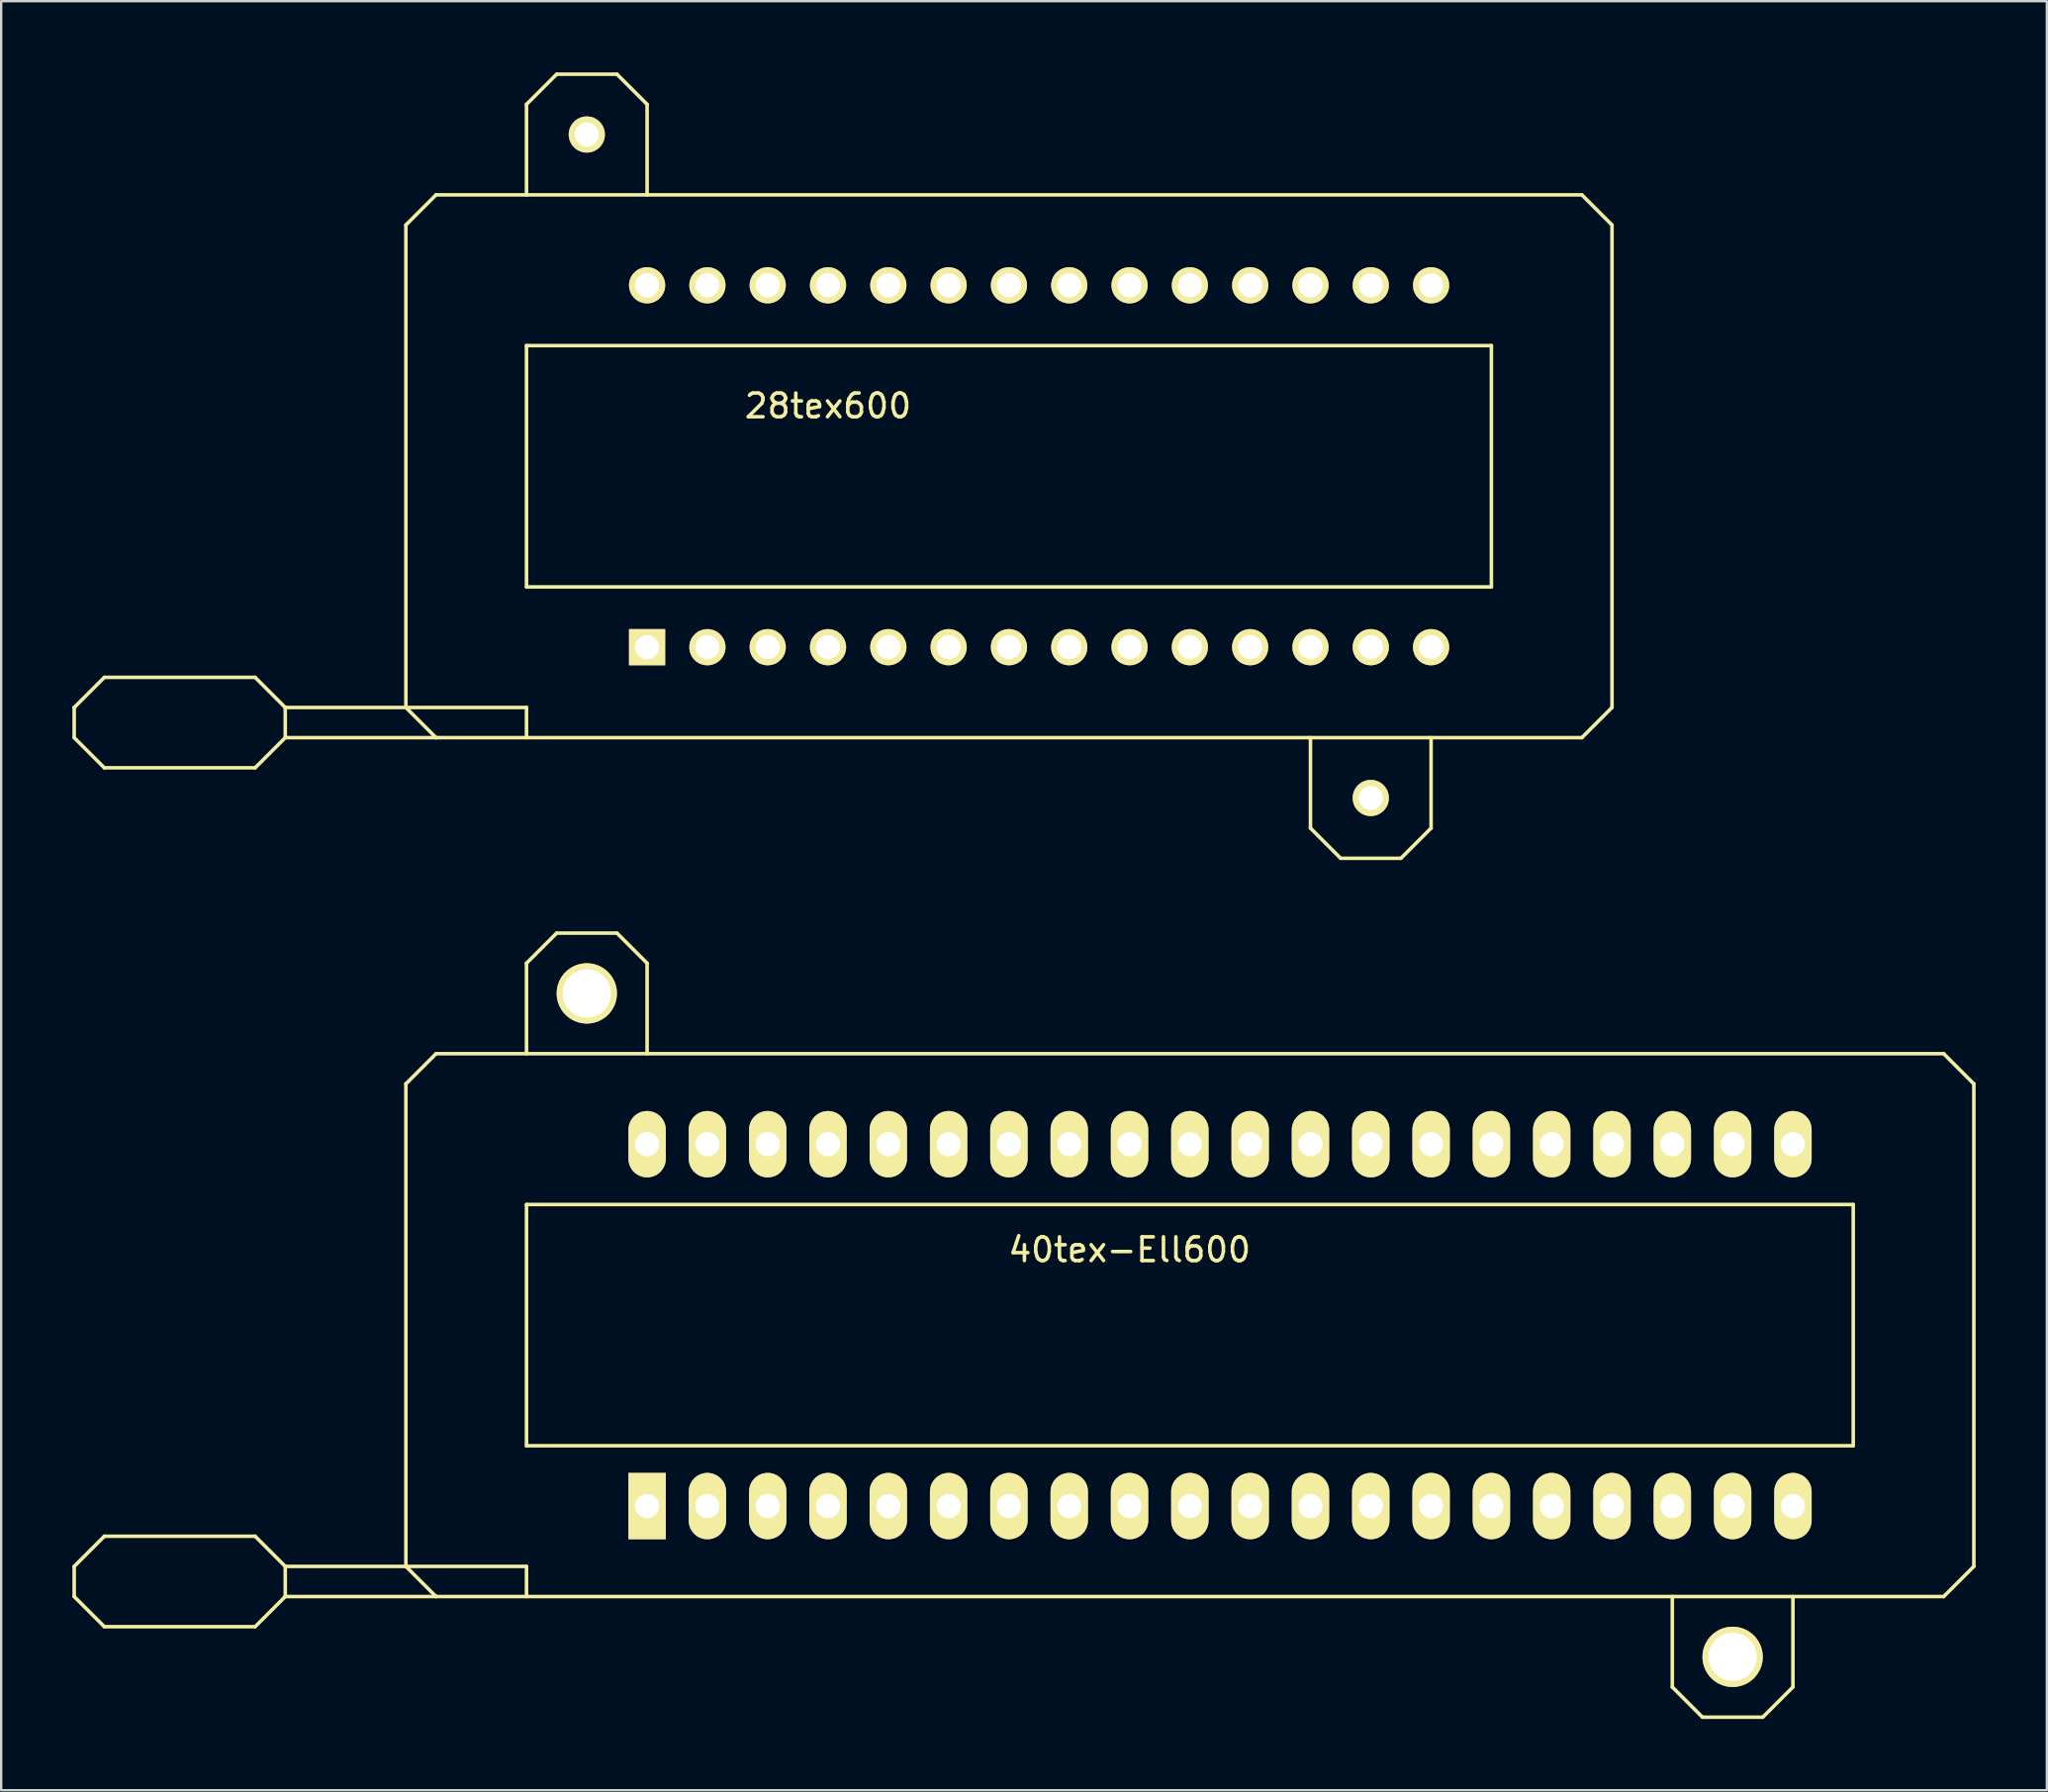
<source format=kicad_pcb>
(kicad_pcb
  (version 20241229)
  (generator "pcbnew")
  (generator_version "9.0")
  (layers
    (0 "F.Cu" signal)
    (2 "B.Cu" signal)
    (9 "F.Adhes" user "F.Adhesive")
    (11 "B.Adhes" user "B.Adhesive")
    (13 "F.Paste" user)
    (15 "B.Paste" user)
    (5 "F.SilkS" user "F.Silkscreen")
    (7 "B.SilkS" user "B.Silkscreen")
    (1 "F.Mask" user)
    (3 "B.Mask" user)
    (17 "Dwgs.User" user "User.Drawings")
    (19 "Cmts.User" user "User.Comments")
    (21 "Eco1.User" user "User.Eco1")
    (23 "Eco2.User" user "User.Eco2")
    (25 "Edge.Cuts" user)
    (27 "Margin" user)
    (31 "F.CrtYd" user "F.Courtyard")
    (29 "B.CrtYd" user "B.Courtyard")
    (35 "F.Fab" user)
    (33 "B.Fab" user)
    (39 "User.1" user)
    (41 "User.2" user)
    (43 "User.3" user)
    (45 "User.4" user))
  (footprint "28tex600"
    (layer "F.Cu")
    (at 40.715 16.585)
    (property "Reference" "28tex600" (at -8.89 -2.54 0) (layer "F.SilkS") (effects (font (size 1 1) (thickness 0.15))))
    (attr through_hole)
    (fp_line (start -40.64 10.16) (end -40.64 11.43) (stroke (width 0.15) (type solid)) (layer "F.SilkS"))
    (fp_line (start -40.64 11.43) (end -39.37 12.7) (stroke (width 0.15) (type solid)) (layer "F.SilkS"))
    (fp_line (start -39.37 8.89) (end -40.64 10.16) (stroke (width 0.15) (type solid)) (layer "F.SilkS"))
    (fp_line (start -39.37 12.7) (end -33.02 12.7) (stroke (width 0.15) (type solid)) (layer "F.SilkS"))
    (fp_line (start -33.02 8.89) (end -39.37 8.89) (stroke (width 0.15) (type solid)) (layer "F.SilkS"))
    (fp_line (start -33.02 12.7) (end -31.75 11.43) (stroke (width 0.15) (type solid)) (layer "F.SilkS"))
    (fp_line (start -31.75 10.16) (end -33.02 8.89) (stroke (width 0.15) (type solid)) (layer "F.SilkS"))
    (fp_line (start -31.75 10.16) (end -21.59 10.16) (stroke (width 0.15) (type solid)) (layer "F.SilkS"))
    (fp_line (start -31.75 11.43) (end -31.75 10.16) (stroke (width 0.15) (type solid)) (layer "F.SilkS"))
    (fp_line (start -31.75 11.43) (end -25.4 11.43) (stroke (width 0.15) (type solid)) (layer "F.SilkS"))
    (fp_line (start -26.67 -10.16) (end -26.67 10.16) (stroke (width 0.15) (type solid)) (layer "F.SilkS"))
    (fp_line (start -26.67 10.16) (end -25.4 11.43) (stroke (width 0.15) (type solid)) (layer "F.SilkS"))
    (fp_line (start -25.4 -11.43) (end -26.67 -10.16) (stroke (width 0.15) (type solid)) (layer "F.SilkS"))
    (fp_line (start -25.4 11.43) (end 22.86 11.43) (stroke (width 0.15) (type solid)) (layer "F.SilkS"))
    (fp_line (start -21.59 -15.24) (end -21.59 -11.43) (stroke (width 0.15) (type solid)) (layer "F.SilkS"))
    (fp_line (start -21.59 -5.08) (end -21.59 5.08) (stroke (width 0.15) (type solid)) (layer "F.SilkS"))
    (fp_line (start -21.59 5.08) (end 19.05 5.08) (stroke (width 0.15) (type solid)) (layer "F.SilkS"))
    (fp_line (start -21.59 10.16) (end -21.59 11.43) (stroke (width 0.15) (type solid)) (layer "F.SilkS"))
    (fp_line (start -20.32 -16.51) (end -21.59 -15.24) (stroke (width 0.15) (type solid)) (layer "F.SilkS"))
    (fp_line (start -17.78 -16.51) (end -20.32 -16.51) (stroke (width 0.15) (type solid)) (layer "F.SilkS"))
    (fp_line (start -16.51 -15.24) (end -17.78 -16.51) (stroke (width 0.15) (type solid)) (layer "F.SilkS"))
    (fp_line (start -16.51 -11.43) (end -16.51 -15.24) (stroke (width 0.15) (type solid)) (layer "F.SilkS"))
    (fp_line (start 11.43 15.24) (end 11.43 11.43) (stroke (width 0.15) (type solid)) (layer "F.SilkS"))
    (fp_line (start 12.7 16.51) (end 11.43 15.24) (stroke (width 0.15) (type solid)) (layer "F.SilkS"))
    (fp_line (start 15.24 16.51) (end 12.7 16.51) (stroke (width 0.15) (type solid)) (layer "F.SilkS"))
    (fp_line (start 16.51 11.43) (end 16.51 15.24) (stroke (width 0.15) (type solid)) (layer "F.SilkS"))
    (fp_line (start 16.51 15.24) (end 15.24 16.51) (stroke (width 0.15) (type solid)) (layer "F.SilkS"))
    (fp_line (start 19.05 -5.08) (end -21.59 -5.08) (stroke (width 0.15) (type solid)) (layer "F.SilkS"))
    (fp_line (start 19.05 5.08) (end 19.05 -5.08) (stroke (width 0.15) (type solid)) (layer "F.SilkS"))
    (fp_line (start 22.86 -11.43) (end -25.4 -11.43) (stroke (width 0.15) (type solid)) (layer "F.SilkS"))
    (fp_line (start 22.86 11.43) (end 24.13 10.16) (stroke (width 0.15) (type solid)) (layer "F.SilkS"))
    (fp_line (start 24.13 -10.16) (end 22.86 -11.43) (stroke (width 0.15) (type solid)) (layer "F.SilkS"))
    (fp_line (start 24.13 10.16) (end 24.13 -10.16) (stroke (width 0.15) (type solid)) (layer "F.SilkS"))
    (pad "1" thru_hole rect (at -16.51 7.62) (size 1.524 1.524) (drill 1.016) (layers "*.Cu" "*.Mask" "F.SilkS"))
    (pad "2" thru_hole circle (at -13.97 7.62) (size 1.524 1.524) (drill 1.016) (layers "*.Cu" "*.Mask" "F.SilkS"))
    (pad "3" thru_hole circle (at -11.43 7.62) (size 1.524 1.524) (drill 1.016) (layers "*.Cu" "*.Mask" "F.SilkS"))
    (pad "4" thru_hole circle (at -8.89 7.62) (size 1.524 1.524) (drill 1.016) (layers "*.Cu" "*.Mask" "F.SilkS"))
    (pad "5" thru_hole circle (at -6.35 7.62) (size 1.524 1.524) (drill 1.016) (layers "*.Cu" "*.Mask" "F.SilkS"))
    (pad "6" thru_hole circle (at -3.81 7.62) (size 1.524 1.524) (drill 1.016) (layers "*.Cu" "*.Mask" "F.SilkS"))
    (pad "7" thru_hole circle (at -1.27 7.62) (size 1.524 1.524) (drill 1.016) (layers "*.Cu" "*.Mask" "F.SilkS"))
    (pad "8" thru_hole circle (at 1.27 7.62) (size 1.524 1.524) (drill 1.016) (layers "*.Cu" "*.Mask" "F.SilkS"))
    (pad "9" thru_hole circle (at 3.81 7.62) (size 1.524 1.524) (drill 1.016) (layers "*.Cu" "*.Mask" "F.SilkS"))
    (pad "10" thru_hole circle (at 6.35 7.62) (size 1.524 1.524) (drill 1.016) (layers "*.Cu" "*.Mask" "F.SilkS"))
    (pad "11" thru_hole circle (at 8.89 7.62) (size 1.524 1.524) (drill 1.016) (layers "*.Cu" "*.Mask" "F.SilkS"))
    (pad "12" thru_hole circle (at 11.43 7.62) (size 1.524 1.524) (drill 1.016) (layers "*.Cu" "*.Mask" "F.SilkS"))
    (pad "13" thru_hole circle (at 13.97 7.62) (size 1.524 1.524) (drill 1.016) (layers "*.Cu" "*.Mask" "F.SilkS"))
    (pad "14" thru_hole circle (at 16.51 7.62) (size 1.524 1.524) (drill 1.016) (layers "*.Cu" "*.Mask" "F.SilkS"))
    (pad "15" thru_hole circle (at 16.51 -7.62) (size 1.524 1.524) (drill 1.016) (layers "*.Cu" "*.Mask" "F.SilkS"))
    (pad "16" thru_hole circle (at 13.97 -7.62) (size 1.524 1.524) (drill 1.016) (layers "*.Cu" "*.Mask" "F.SilkS"))
    (pad "17" thru_hole circle (at 11.43 -7.62) (size 1.524 1.524) (drill 1.016) (layers "*.Cu" "*.Mask" "F.SilkS"))
    (pad "18" thru_hole circle (at 8.89 -7.62) (size 1.524 1.524) (drill 1.016) (layers "*.Cu" "*.Mask" "F.SilkS"))
    (pad "19" thru_hole circle (at 6.35 -7.62) (size 1.524 1.524) (drill 1.016) (layers "*.Cu" "*.Mask" "F.SilkS"))
    (pad "20" thru_hole circle (at 3.81 -7.62) (size 1.524 1.524) (drill 1.016) (layers "*.Cu" "*.Mask" "F.SilkS"))
    (pad "21" thru_hole circle (at 1.27 -7.62) (size 1.524 1.524) (drill 1.016) (layers "*.Cu" "*.Mask" "F.SilkS"))
    (pad "22" thru_hole circle (at -1.27 -7.62) (size 1.524 1.524) (drill 1.016) (layers "*.Cu" "*.Mask" "F.SilkS"))
    (pad "23" thru_hole circle (at -3.81 -7.62) (size 1.524 1.524) (drill 1.016) (layers "*.Cu" "*.Mask" "F.SilkS"))
    (pad "24" thru_hole circle (at -6.35 -7.62) (size 1.524 1.524) (drill 1.016) (layers "*.Cu" "*.Mask" "F.SilkS"))
    (pad "25" thru_hole circle (at -8.89 -7.62) (size 1.524 1.524) (drill 1.016) (layers "*.Cu" "*.Mask" "F.SilkS"))
    (pad "26" thru_hole circle (at -11.43 -7.62) (size 1.524 1.524) (drill 1.016) (layers "*.Cu" "*.Mask" "F.SilkS"))
    (pad "27" thru_hole circle (at -13.97 -7.62) (size 1.524 1.524) (drill 1.016) (layers "*.Cu" "*.Mask" "F.SilkS"))
    (pad "28" thru_hole circle (at -16.51 -7.62) (size 1.524 1.524) (drill 1.016) (layers "*.Cu" "*.Mask" "F.SilkS"))
    (pad "HOLE" thru_hole circle (at -19.05 -13.97) (size 1.524 1.524) (drill 1.016) (layers "*.Cu" "*.Mask" "F.SilkS"))
    (pad "HOLE" thru_hole circle (at 13.97 13.97) (size 1.524 1.524) (drill 1.016) (layers "*.Cu" "*.Mask" "F.SilkS")))
  (footprint "40tex-Ell600"
    (layer "F.Cu")
    (at 48.335 52.755)
    (property "Reference" "40tex-Ell600" (at -3.81 -3.175 0) (layer "F.SilkS") (effects (font (size 1 1) (thickness 0.15))))
    (attr through_hole)
    (fp_line (start -48.26 10.16) (end -48.26 11.43) (stroke (width 0.15) (type solid)) (layer "F.SilkS"))
    (fp_line (start -48.26 11.43) (end -46.99 12.7) (stroke (width 0.15) (type solid)) (layer "F.SilkS"))
    (fp_line (start -46.99 8.89) (end -48.26 10.16) (stroke (width 0.15) (type solid)) (layer "F.SilkS"))
    (fp_line (start -46.99 12.7) (end -40.64 12.7) (stroke (width 0.15) (type solid)) (layer "F.SilkS"))
    (fp_line (start -40.64 8.89) (end -46.99 8.89) (stroke (width 0.15) (type solid)) (layer "F.SilkS"))
    (fp_line (start -40.64 12.7) (end -39.37 11.43) (stroke (width 0.15) (type solid)) (layer "F.SilkS"))
    (fp_line (start -39.37 10.16) (end -40.64 8.89) (stroke (width 0.15) (type solid)) (layer "F.SilkS"))
    (fp_line (start -39.37 10.16) (end -29.21 10.16) (stroke (width 0.15) (type solid)) (layer "F.SilkS"))
    (fp_line (start -39.37 11.43) (end -39.37 10.16) (stroke (width 0.15) (type solid)) (layer "F.SilkS"))
    (fp_line (start -39.37 11.43) (end -33.02 11.43) (stroke (width 0.15) (type solid)) (layer "F.SilkS"))
    (fp_line (start -34.29 -10.16) (end -33.02 -11.43) (stroke (width 0.15) (type solid)) (layer "F.SilkS"))
    (fp_line (start -34.29 10.16) (end -34.29 -10.16) (stroke (width 0.15) (type solid)) (layer "F.SilkS"))
    (fp_line (start -33.02 -11.43) (end 30.48 -11.43) (stroke (width 0.15) (type solid)) (layer "F.SilkS"))
    (fp_line (start -33.02 11.43) (end -34.29 10.16) (stroke (width 0.15) (type solid)) (layer "F.SilkS"))
    (fp_line (start -29.21 -15.24) (end -29.21 -11.43) (stroke (width 0.15) (type solid)) (layer "F.SilkS"))
    (fp_line (start -29.21 -5.08) (end 26.67 -5.08) (stroke (width 0.15) (type solid)) (layer "F.SilkS"))
    (fp_line (start -29.21 5.08) (end -29.21 -5.08) (stroke (width 0.15) (type solid)) (layer "F.SilkS"))
    (fp_line (start -29.21 10.16) (end -29.21 11.43) (stroke (width 0.15) (type solid)) (layer "F.SilkS"))
    (fp_line (start -27.94 -16.51) (end -29.21 -15.24) (stroke (width 0.15) (type solid)) (layer "F.SilkS"))
    (fp_line (start -25.4 -16.51) (end -27.94 -16.51) (stroke (width 0.15) (type solid)) (layer "F.SilkS"))
    (fp_line (start -24.13 -15.24) (end -25.4 -16.51) (stroke (width 0.15) (type solid)) (layer "F.SilkS"))
    (fp_line (start -24.13 -11.43) (end -24.13 -15.24) (stroke (width 0.15) (type solid)) (layer "F.SilkS"))
    (fp_line (start 19.05 15.24) (end 19.05 11.43) (stroke (width 0.15) (type solid)) (layer "F.SilkS"))
    (fp_line (start 20.32 16.51) (end 19.05 15.24) (stroke (width 0.15) (type solid)) (layer "F.SilkS"))
    (fp_line (start 22.86 16.51) (end 20.32 16.51) (stroke (width 0.15) (type solid)) (layer "F.SilkS"))
    (fp_line (start 24.13 11.43) (end 24.13 15.24) (stroke (width 0.15) (type solid)) (layer "F.SilkS"))
    (fp_line (start 24.13 15.24) (end 22.86 16.51) (stroke (width 0.15) (type solid)) (layer "F.SilkS"))
    (fp_line (start 26.67 -5.08) (end 26.67 5.08) (stroke (width 0.15) (type solid)) (layer "F.SilkS"))
    (fp_line (start 26.67 5.08) (end -29.21 5.08) (stroke (width 0.15) (type solid)) (layer "F.SilkS"))
    (fp_line (start 30.48 -11.43) (end 31.75 -10.16) (stroke (width 0.15) (type solid)) (layer "F.SilkS"))
    (fp_line (start 30.48 11.43) (end -33.02 11.43) (stroke (width 0.15) (type solid)) (layer "F.SilkS"))
    (fp_line (start 31.75 -10.16) (end 31.75 10.16) (stroke (width 0.15) (type solid)) (layer "F.SilkS"))
    (fp_line (start 31.75 10.16) (end 30.48 11.43) (stroke (width 0.15) (type solid)) (layer "F.SilkS"))
    (pad "1" thru_hole rect (at -24.13 7.62) (size 1.575 2.794) (drill 1.016) (layers "*.Cu" "*.Mask" "F.SilkS"))
    (pad "2" thru_hole oval (at -21.59 7.62) (size 1.575 2.794) (drill 1.016) (layers "*.Cu" "*.Mask" "F.SilkS"))
    (pad "3" thru_hole oval (at -19.05 7.62) (size 1.575 2.794) (drill 1.016) (layers "*.Cu" "*.Mask" "F.SilkS"))
    (pad "4" thru_hole oval (at -16.51 7.62) (size 1.575 2.794) (drill 1.016) (layers "*.Cu" "*.Mask" "F.SilkS"))
    (pad "5" thru_hole oval (at -13.97 7.62) (size 1.575 2.794) (drill 1.016) (layers "*.Cu" "*.Mask" "F.SilkS"))
    (pad "6" thru_hole oval (at -11.43 7.62) (size 1.575 2.794) (drill 1.016) (layers "*.Cu" "*.Mask" "F.SilkS"))
    (pad "7" thru_hole oval (at -8.89 7.62) (size 1.575 2.794) (drill 1.016) (layers "*.Cu" "*.Mask" "F.SilkS"))
    (pad "8" thru_hole oval (at -6.35 7.62) (size 1.575 2.794) (drill 1.016) (layers "*.Cu" "*.Mask" "F.SilkS"))
    (pad "9" thru_hole oval (at -3.81 7.62) (size 1.575 2.794) (drill 1.016) (layers "*.Cu" "*.Mask" "F.SilkS"))
    (pad "10" thru_hole oval (at -1.27 7.62) (size 1.575 2.794) (drill 1.016) (layers "*.Cu" "*.Mask" "F.SilkS"))
    (pad "11" thru_hole oval (at 1.27 7.62) (size 1.575 2.794) (drill 1.016) (layers "*.Cu" "*.Mask" "F.SilkS"))
    (pad "12" thru_hole oval (at 3.81 7.62) (size 1.575 2.794) (drill 1.016) (layers "*.Cu" "*.Mask" "F.SilkS"))
    (pad "13" thru_hole oval (at 6.35 7.62) (size 1.575 2.794) (drill 1.016) (layers "*.Cu" "*.Mask" "F.SilkS"))
    (pad "14" thru_hole oval (at 8.89 7.62) (size 1.575 2.794) (drill 1.016) (layers "*.Cu" "*.Mask" "F.SilkS"))
    (pad "15" thru_hole oval (at 11.43 7.62) (size 1.575 2.794) (drill 1.016) (layers "*.Cu" "*.Mask" "F.SilkS"))
    (pad "16" thru_hole oval (at 13.97 7.62) (size 1.575 2.794) (drill 1.016) (layers "*.Cu" "*.Mask" "F.SilkS"))
    (pad "17" thru_hole oval (at 16.51 7.62) (size 1.575 2.794) (drill 1.016) (layers "*.Cu" "*.Mask" "F.SilkS"))
    (pad "18" thru_hole oval (at 19.05 7.62) (size 1.575 2.794) (drill 1.016) (layers "*.Cu" "*.Mask" "F.SilkS"))
    (pad "19" thru_hole oval (at 21.59 7.62) (size 1.575 2.794) (drill 1.016) (layers "*.Cu" "*.Mask" "F.SilkS"))
    (pad "20" thru_hole oval (at 24.13 7.62) (size 1.575 2.794) (drill 1.016) (layers "*.Cu" "*.Mask" "F.SilkS"))
    (pad "21" thru_hole oval (at 24.13 -7.62) (size 1.575 2.794) (drill 1.016) (layers "*.Cu" "*.Mask" "F.SilkS"))
    (pad "22" thru_hole oval (at 21.59 -7.62) (size 1.575 2.794) (drill 1.016) (layers "*.Cu" "*.Mask" "F.SilkS"))
    (pad "23" thru_hole oval (at 19.05 -7.62) (size 1.575 2.794) (drill 1.016) (layers "*.Cu" "*.Mask" "F.SilkS"))
    (pad "24" thru_hole oval (at 16.51 -7.62) (size 1.575 2.794) (drill 1.016) (layers "*.Cu" "*.Mask" "F.SilkS"))
    (pad "25" thru_hole oval (at 13.97 -7.62) (size 1.575 2.794) (drill 1.016) (layers "*.Cu" "*.Mask" "F.SilkS"))
    (pad "26" thru_hole oval (at 11.43 -7.62) (size 1.575 2.794) (drill 1.016) (layers "*.Cu" "*.Mask" "F.SilkS"))
    (pad "27" thru_hole oval (at 8.89 -7.62) (size 1.575 2.794) (drill 1.016) (layers "*.Cu" "*.Mask" "F.SilkS"))
    (pad "28" thru_hole oval (at 6.35 -7.62) (size 1.575 2.794) (drill 1.016) (layers "*.Cu" "*.Mask" "F.SilkS"))
    (pad "29" thru_hole oval (at 3.81 -7.62) (size 1.575 2.794) (drill 1.016) (layers "*.Cu" "*.Mask" "F.SilkS"))
    (pad "30" thru_hole oval (at 1.27 -7.62) (size 1.575 2.794) (drill 1.016) (layers "*.Cu" "*.Mask" "F.SilkS"))
    (pad "31" thru_hole oval (at -1.27 -7.62) (size 1.575 2.794) (drill 1.016) (layers "*.Cu" "*.Mask" "F.SilkS"))
    (pad "32" thru_hole oval (at -3.81 -7.62) (size 1.575 2.794) (drill 1.016) (layers "*.Cu" "*.Mask" "F.SilkS"))
    (pad "33" thru_hole oval (at -6.35 -7.62) (size 1.575 2.794) (drill 1.016) (layers "*.Cu" "*.Mask" "F.SilkS"))
    (pad "34" thru_hole oval (at -8.89 -7.62) (size 1.575 2.794) (drill 1.016) (layers "*.Cu" "*.Mask" "F.SilkS"))
    (pad "35" thru_hole oval (at -11.43 -7.62) (size 1.575 2.794) (drill 1.016) (layers "*.Cu" "*.Mask" "F.SilkS"))
    (pad "36" thru_hole oval (at -13.97 -7.62) (size 1.575 2.794) (drill 1.016) (layers "*.Cu" "*.Mask" "F.SilkS"))
    (pad "37" thru_hole oval (at -16.51 -7.62) (size 1.575 2.794) (drill 1.016) (layers "*.Cu" "*.Mask" "F.SilkS"))
    (pad "38" thru_hole oval (at -19.05 -7.62) (size 1.575 2.794) (drill 1.016) (layers "*.Cu" "*.Mask" "F.SilkS"))
    (pad "39" thru_hole oval (at -21.59 -7.62) (size 1.575 2.794) (drill 1.016) (layers "*.Cu" "*.Mask" "F.SilkS"))
    (pad "40" thru_hole oval (at -24.13 -7.62) (size 1.575 2.794) (drill 1.016) (layers "*.Cu" "*.Mask" "F.SilkS"))
    (pad "HOLE" thru_hole circle (at -26.67 -13.97) (size 2.54 2.54) (drill 2.032) (layers "*.Cu" "*.Mask" "F.SilkS"))
    (pad "HOLE" thru_hole circle (at 21.59 13.97) (size 2.54 2.54) (drill 2.032) (layers "*.Cu" "*.Mask" "F.SilkS")))
  (gr_rect
    (start -3 -3)
    (end 83.16 72.34)
    (stroke (width 0.1) (type default))
    (fill no)
    (layer "Edge.Cuts")))
</source>
